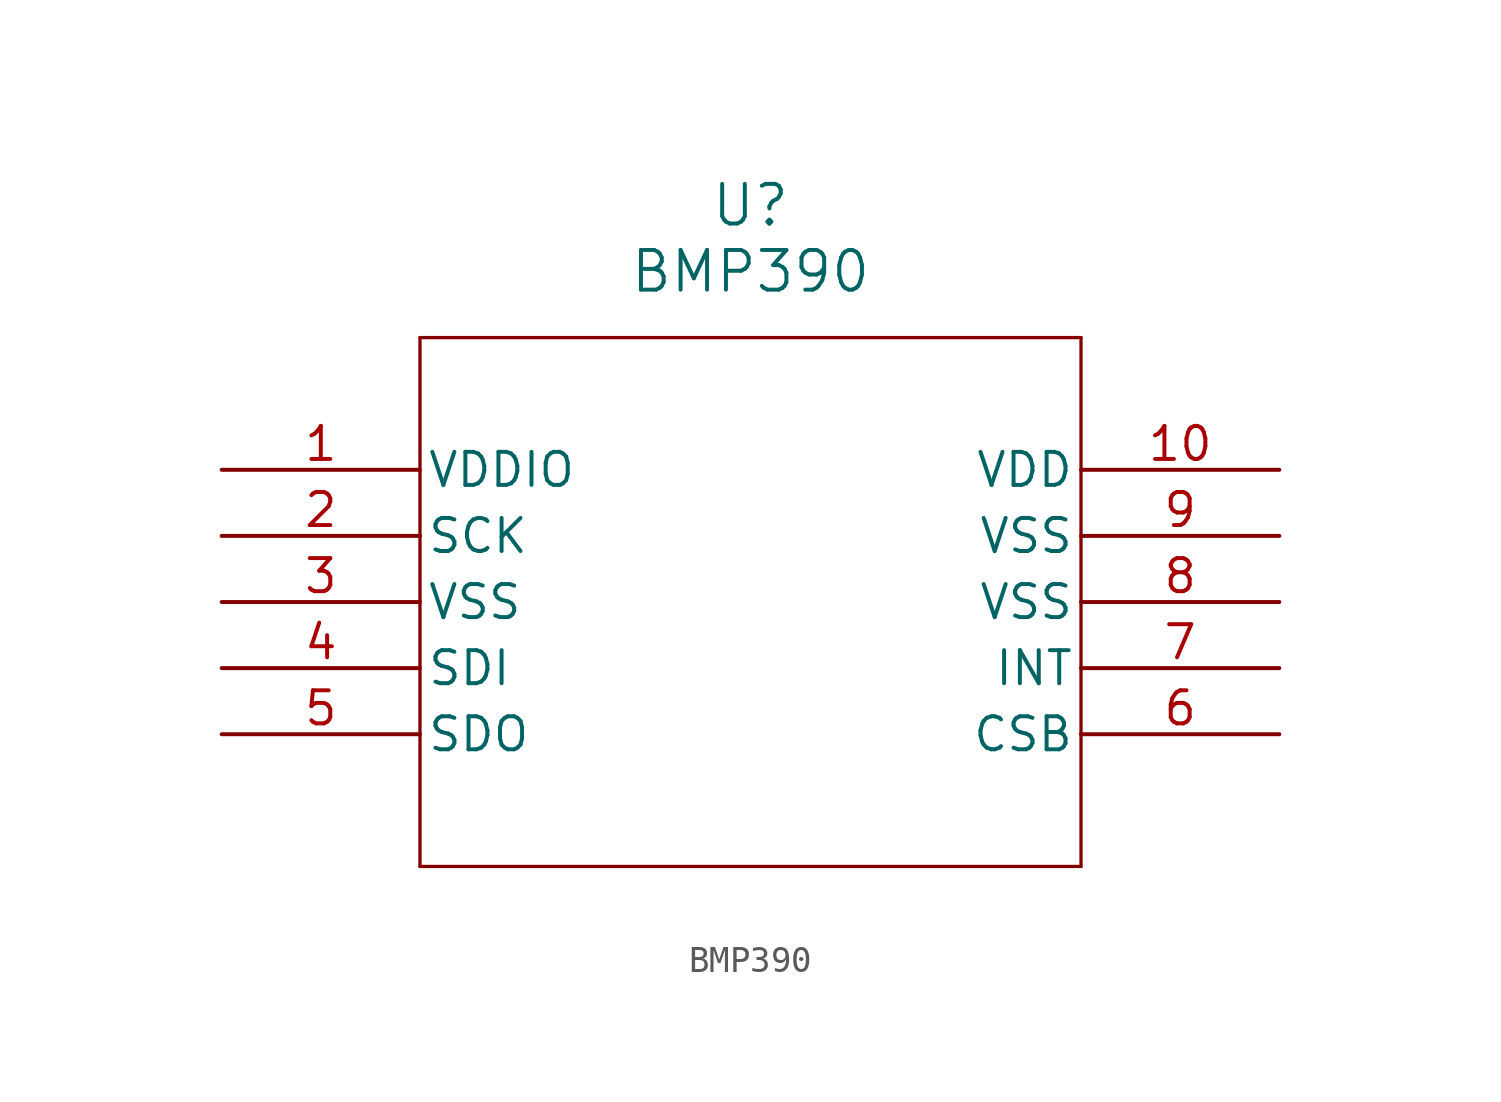
<source format=kicad_sym>
(kicad_symbol_lib
  (version 20241209)
  (generator "kicad_symbol_editor")
  (generator_version "9.0")
  (symbol "BMP390"
    (pin_names
      (offset 0.254))
    (property "Reference" "U"
      (at 20.32 10.16 0)
      (effects (font (size 1.524 1.524))))
    (property "Value" "BMP390"
      (at 20.32 7.62 0)
      (effects (font (size 1.524 1.524))))
    (property "ki_locked" ""
      (at 0 0 0)
      (effects (font (size 1.27 1.27))))
    (symbol "BMP390_0_1"
      (polyline (pts (xy 7.62 5.08) (xy 7.62 -15.24)) (stroke (width 0.127) (type default)) (fill (type none)))
      (polyline (pts (xy 7.62 -15.24) (xy 33.02 -15.24)) (stroke (width 0.127) (type default)) (fill (type none)))
      (polyline (pts (xy 33.02 5.08) (xy 7.62 5.08)) (stroke (width 0.127) (type default)) (fill (type none)))
      (polyline (pts (xy 33.02 -15.24) (xy 33.02 5.08)) (stroke (width 0.127) (type default)) (fill (type none)))
      (pin power_in line (at 0 0 0) (length 7.62) (name "VDDIO" (effects (font (size 1.27 1.27)))) (number "1" (effects (font (size 1.27 1.27)))))
      (pin input line (at 0 -2.54 0) (length 7.62) (name "SCK" (effects (font (size 1.27 1.27)))) (number "2" (effects (font (size 1.27 1.27)))))
      (pin power_out line (at 0 -5.08 0) (length 7.62) (name "VSS" (effects (font (size 1.27 1.27)))) (number "3" (effects (font (size 1.27 1.27)))))
      (pin bidirectional line (at 0 -7.62 0) (length 7.62) (name "SDI" (effects (font (size 1.27 1.27)))) (number "4" (effects (font (size 1.27 1.27)))))
      (pin bidirectional line (at 0 -10.16 0) (length 7.62) (name "SDO" (effects (font (size 1.27 1.27)))) (number "5" (effects (font (size 1.27 1.27)))))
      (pin power_in line (at 40.64 0 180) (length 7.62) (name "VDD" (effects (font (size 1.27 1.27)))) (number "10" (effects (font (size 1.27 1.27)))))
      (pin power_out line (at 40.64 -2.54 180) (length 7.62) (name "VSS" (effects (font (size 1.27 1.27)))) (number "9" (effects (font (size 1.27 1.27)))))
      (pin power_out line (at 40.64 -5.08 180) (length 7.62) (name "VSS" (effects (font (size 1.27 1.27)))) (number "8" (effects (font (size 1.27 1.27)))))
      (pin input line (at 40.64 -7.62 180) (length 7.62) (name "INT" (effects (font (size 1.27 1.27)))) (number "7" (effects (font (size 1.27 1.27)))))
      (pin input line (at 40.64 -10.16 180) (length 7.62) (name "CSB" (effects (font (size 1.27 1.27)))) (number "6" (effects (font (size 1.27 1.27))))))))
</source>
